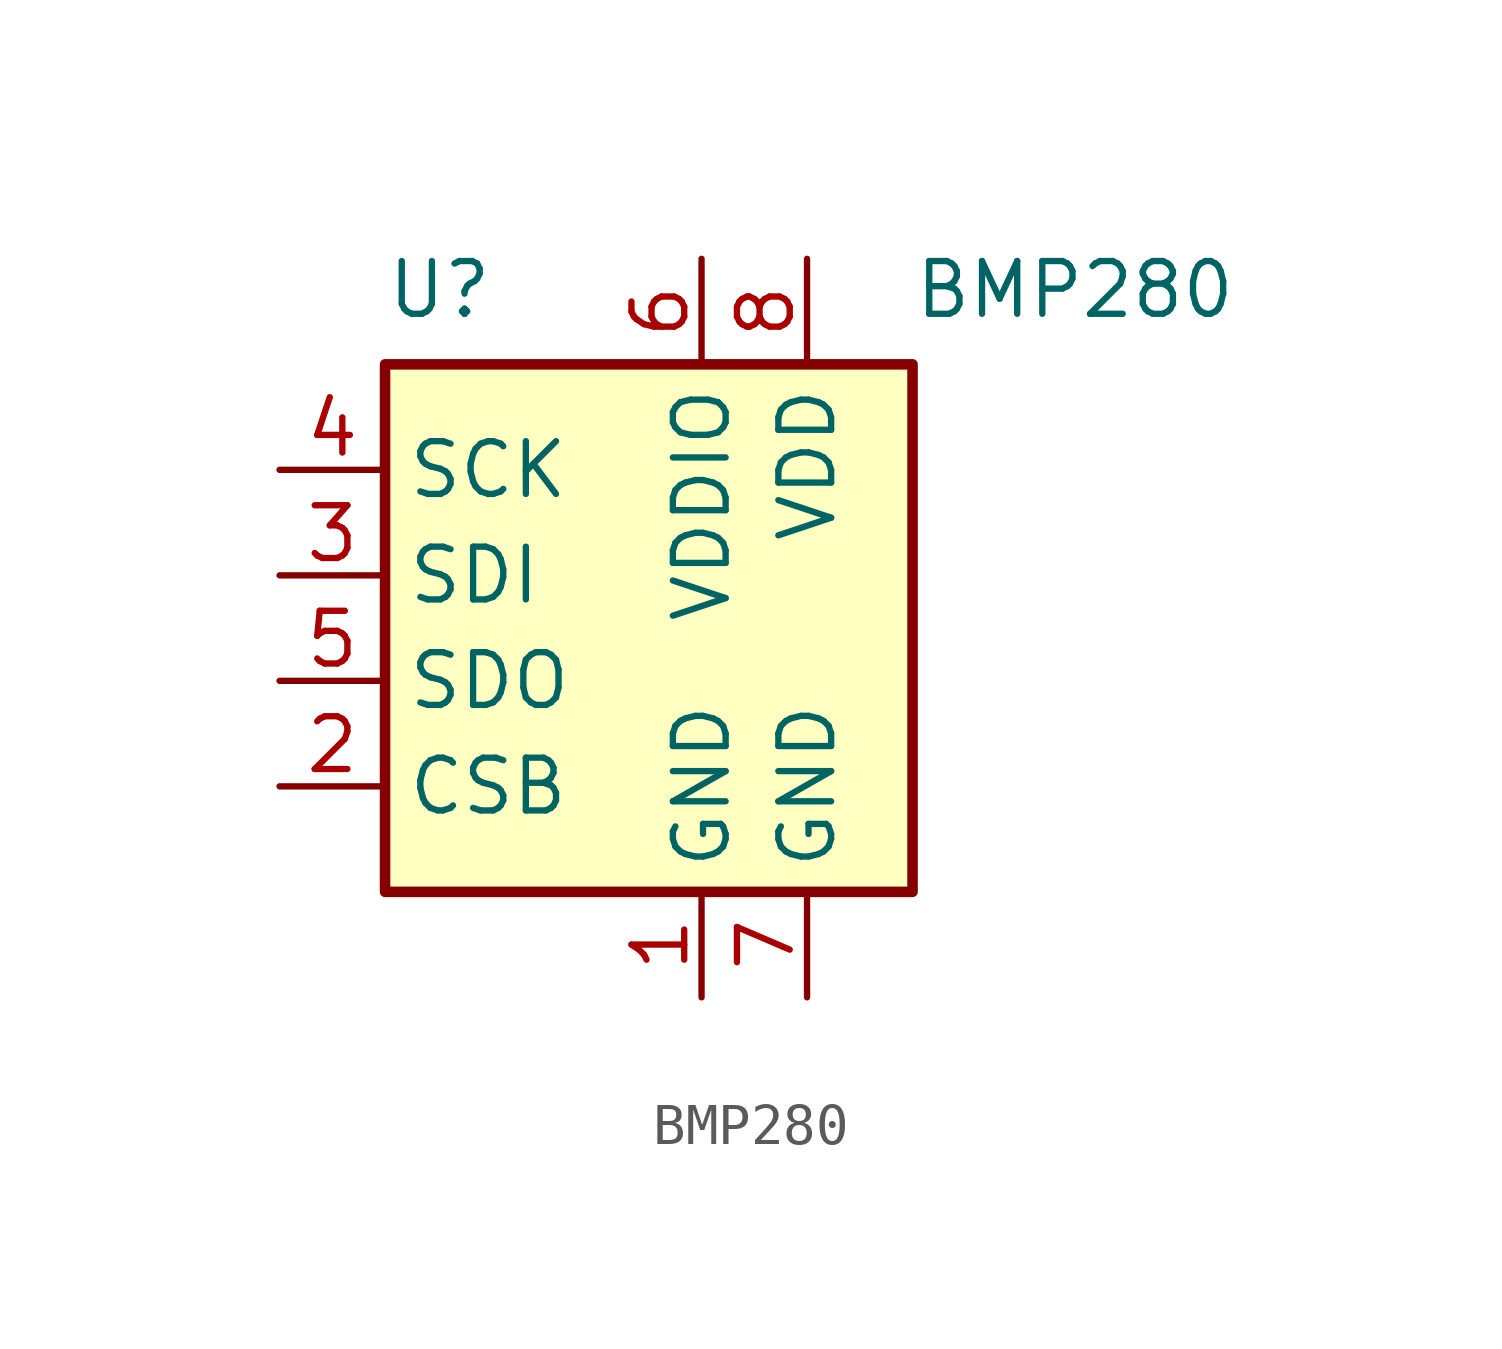
<source format=kicad_sym>
(kicad_symbol_lib
  (version 20231120)
  (generator "kicad_symbol_editor")
  (generator_version "8.0")
  (symbol "BMP280"
    (property "Reference" "U"
      (at -7.62 10.16 0)
      (effects (font (size 1.27 1.27)) (justify left top)))
    (property "Value" "BMP280"
      (at 5.08 10.16 0)
      (effects (font (size 1.27 1.27)) (justify left top)))
    (symbol "BMP280_0_1"
      (rectangle (start -7.62 -5.08) (end 5.08 7.62) (stroke (width 0.254) (type default)) (fill (type background))))
    (symbol "BMP280_1_1"
      (pin power_in line (at 0 -7.62 90) (length 2.54) (name "GND" (effects (font (size 1.27 1.27)))) (number "1" (effects (font (size 1.27 1.27)))))
      (pin input line (at -10.16 -2.54 0) (length 2.54) (name "CSB" (effects (font (size 1.27 1.27)))) (number "2" (effects (font (size 1.27 1.27)))))
      (pin bidirectional line (at -10.16 2.54 0) (length 2.54) (name "SDI" (effects (font (size 1.27 1.27)))) (number "3" (effects (font (size 1.27 1.27)))))
      (pin input line (at -10.16 5.08 0) (length 2.54) (name "SCK" (effects (font (size 1.27 1.27)))) (number "4" (effects (font (size 1.27 1.27)))))
      (pin bidirectional line (at -10.16 0 0) (length 2.54) (name "SDO" (effects (font (size 1.27 1.27)))) (number "5" (effects (font (size 1.27 1.27)))))
      (pin power_in line (at 0 10.16 270) (length 2.54) (name "VDDIO" (effects (font (size 1.27 1.27)))) (number "6" (effects (font (size 1.27 1.27)))))
      (pin power_in line (at 2.54 -7.62 90) (length 2.54) (name "GND" (effects (font (size 1.27 1.27)))) (number "7" (effects (font (size 1.27 1.27)))))
      (pin power_in line (at 2.54 10.16 270) (length 2.54) (name "VDD" (effects (font (size 1.27 1.27)))) (number "8" (effects (font (size 1.27 1.27))))))))
</source>
